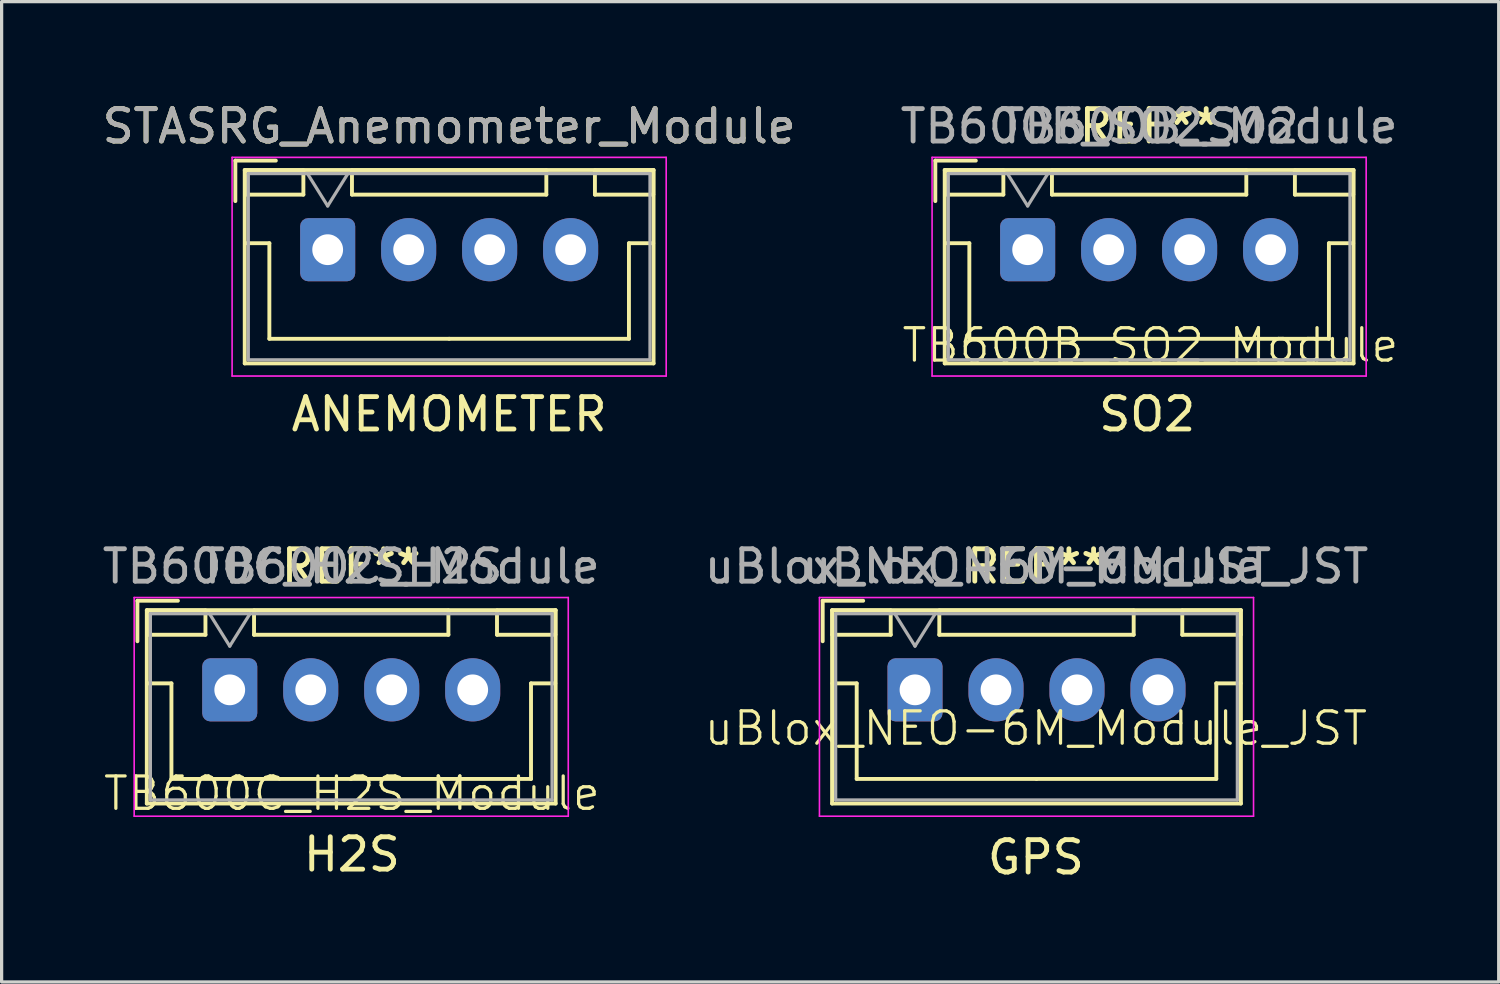
<source format=kicad_pcb>
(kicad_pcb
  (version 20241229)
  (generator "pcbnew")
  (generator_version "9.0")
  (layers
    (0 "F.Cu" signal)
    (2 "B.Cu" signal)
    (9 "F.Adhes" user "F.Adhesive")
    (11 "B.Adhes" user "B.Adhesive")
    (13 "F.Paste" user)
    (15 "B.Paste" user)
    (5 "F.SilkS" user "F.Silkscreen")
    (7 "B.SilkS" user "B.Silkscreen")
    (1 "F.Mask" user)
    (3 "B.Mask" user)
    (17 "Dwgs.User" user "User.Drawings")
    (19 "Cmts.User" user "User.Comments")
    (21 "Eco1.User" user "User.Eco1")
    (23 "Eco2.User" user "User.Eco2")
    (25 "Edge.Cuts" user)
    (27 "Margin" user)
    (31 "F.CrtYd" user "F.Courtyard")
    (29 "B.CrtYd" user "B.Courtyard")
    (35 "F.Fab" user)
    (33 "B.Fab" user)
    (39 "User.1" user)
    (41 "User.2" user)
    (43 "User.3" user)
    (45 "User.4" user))
  (footprint "uBlox_NEO-6M_Module_JST"
    (layer "F.Cu")
    (at 28.926 18.335)
    (property "Reference" "uBlox_NEO-6M_Module_JST" (at 0 1.1 0) (unlocked yes) (layer "F.SilkS") (effects (font (size 1 1) (thickness 0.1))))
    (attr smd)
    (fp_line (start -6.58 -2.84) (end -6.58 -1.59) (stroke (width 0.12) (type solid)) (layer "F.SilkS"))
    (fp_line (start -6.29 -2.55) (end -6.29 3.42) (stroke (width 0.12) (type solid)) (layer "F.SilkS"))
    (fp_line (start -6.29 3.42) (end 6.33 3.42) (stroke (width 0.12) (type solid)) (layer "F.SilkS"))
    (fp_line (start -6.28 -2.54) (end -6.28 -1.79) (stroke (width 0.12) (type solid)) (layer "F.SilkS"))
    (fp_line (start -6.28 -1.79) (end -4.48 -1.79) (stroke (width 0.12) (type solid)) (layer "F.SilkS"))
    (fp_line (start -6.28 -0.29) (end -5.53 -0.29) (stroke (width 0.12) (type solid)) (layer "F.SilkS"))
    (fp_line (start -5.53 -0.29) (end -5.53 2.66) (stroke (width 0.12) (type solid)) (layer "F.SilkS"))
    (fp_line (start -5.53 2.66) (end 0.02 2.66) (stroke (width 0.12) (type solid)) (layer "F.SilkS"))
    (fp_line (start -5.33 -2.84) (end -6.58 -2.84) (stroke (width 0.12) (type solid)) (layer "F.SilkS"))
    (fp_line (start -4.48 -2.54) (end -6.28 -2.54) (stroke (width 0.12) (type solid)) (layer "F.SilkS"))
    (fp_line (start -4.48 -1.79) (end -4.48 -2.54) (stroke (width 0.12) (type solid)) (layer "F.SilkS"))
    (fp_line (start -2.98 -2.54) (end -2.98 -1.79) (stroke (width 0.12) (type solid)) (layer "F.SilkS"))
    (fp_line (start -2.98 -1.79) (end 3.02 -1.79) (stroke (width 0.12) (type solid)) (layer "F.SilkS"))
    (fp_line (start 3.02 -2.54) (end -2.98 -2.54) (stroke (width 0.12) (type solid)) (layer "F.SilkS"))
    (fp_line (start 3.02 -1.79) (end 3.02 -2.54) (stroke (width 0.12) (type solid)) (layer "F.SilkS"))
    (fp_line (start 4.52 -2.54) (end 4.52 -1.79) (stroke (width 0.12) (type solid)) (layer "F.SilkS"))
    (fp_line (start 4.52 -1.79) (end 6.32 -1.79) (stroke (width 0.12) (type solid)) (layer "F.SilkS"))
    (fp_line (start 5.57 -0.29) (end 5.57 2.66) (stroke (width 0.12) (type solid)) (layer "F.SilkS"))
    (fp_line (start 5.57 2.66) (end 0.02 2.66) (stroke (width 0.12) (type solid)) (layer "F.SilkS"))
    (fp_line (start 6.32 -2.54) (end 4.52 -2.54) (stroke (width 0.12) (type solid)) (layer "F.SilkS"))
    (fp_line (start 6.32 -1.79) (end 6.32 -2.54) (stroke (width 0.12) (type solid)) (layer "F.SilkS"))
    (fp_line (start 6.32 -0.29) (end 5.57 -0.29) (stroke (width 0.12) (type solid)) (layer "F.SilkS"))
    (fp_line (start 6.33 -2.55) (end -6.29 -2.55) (stroke (width 0.12) (type solid)) (layer "F.SilkS"))
    (fp_line (start 6.33 3.42) (end 6.33 -2.55) (stroke (width 0.12) (type solid)) (layer "F.SilkS"))
    (fp_line (start -6.68 -2.94) (end -6.68 3.81) (stroke (width 0.05) (type solid)) (layer "F.CrtYd"))
    (fp_line (start -6.68 3.81) (end 6.72 3.81) (stroke (width 0.05) (type solid)) (layer "F.CrtYd"))
    (fp_line (start 6.72 -2.94) (end -6.68 -2.94) (stroke (width 0.05) (type solid)) (layer "F.CrtYd"))
    (fp_line (start 6.72 3.81) (end 6.72 -2.94) (stroke (width 0.05) (type solid)) (layer "F.CrtYd"))
    (fp_line (start -6.18 -2.44) (end -6.18 3.31) (stroke (width 0.1) (type solid)) (layer "F.Fab"))
    (fp_line (start -6.18 3.31) (end 6.22 3.31) (stroke (width 0.1) (type solid)) (layer "F.Fab"))
    (fp_line (start -4.355 -2.44) (end -3.73 -1.44) (stroke (width 0.1) (type solid)) (layer "F.Fab"))
    (fp_line (start -3.73 -1.44) (end -3.105 -2.44) (stroke (width 0.1) (type solid)) (layer "F.Fab"))
    (fp_line (start 6.22 -2.44) (end -6.18 -2.44) (stroke (width 0.1) (type solid)) (layer "F.Fab"))
    (fp_line (start 6.22 3.31) (end 6.22 -2.44) (stroke (width 0.1) (type solid)) (layer "F.Fab"))
    (fp_text user "REF**" (at 0.02 -3.9 0) (unlocked yes) (layer "F.SilkS") (effects (font (size 1 1) (thickness 0.15))))
    (fp_text user "GPS" (at 0 5.08 0) (unlocked yes) (layer "F.SilkS") (effects (font (size 1 1) (thickness 0.15))))
    (fp_text user "uBlox_NEO-6M_JST" (at 0.02 -3.9 0) (unlocked yes) (layer "F.Fab") (effects (font (size 1 1) (thickness 0.15))))
    (fp_text user "${REFERENCE}" (at 0.02 -3.9 0) (unlocked yes) (layer "F.Fab") (effects (font (size 1 1) (thickness 0.15))))
    (pad "1" thru_hole roundrect (at -3.73 -0.09) (size 1.7 1.95) (drill 0.95) (layers "*.Cu" "*.Mask") (roundrect_rratio 0.147))
    (pad "2" thru_hole oval (at -1.23 -0.09) (size 1.7 1.95) (drill 0.95) (layers "*.Cu" "*.Mask"))
    (pad "3" thru_hole oval (at 1.27 -0.09) (size 1.7 1.95) (drill 0.95) (layers "*.Cu" "*.Mask"))
    (pad "4" thru_hole oval (at 3.77 -0.09) (size 1.7 1.95) (drill 0.95) (layers "*.Cu" "*.Mask")))
  (footprint "TB600B_SO2_Module"
    (layer "F.Cu")
    (at 32.363 4.658)
    (property "Reference" "TB600B_SO2_Module" (at 0.1 2.95 0) (unlocked yes) (layer "F.SilkS") (effects (font (size 1 1) (thickness 0.1))))
    (attr smd)
    (fp_line (start -6.54 -2.75) (end -6.54 -1.5) (stroke (width 0.12) (type solid)) (layer "F.SilkS"))
    (fp_line (start -6.25 -2.46) (end -6.25 3.51) (stroke (width 0.12) (type solid)) (layer "F.SilkS"))
    (fp_line (start -6.25 3.51) (end 6.37 3.51) (stroke (width 0.12) (type solid)) (layer "F.SilkS"))
    (fp_line (start -6.24 -2.45) (end -6.24 -1.7) (stroke (width 0.12) (type solid)) (layer "F.SilkS"))
    (fp_line (start -6.24 -1.7) (end -4.44 -1.7) (stroke (width 0.12) (type solid)) (layer "F.SilkS"))
    (fp_line (start -6.24 -0.2) (end -5.49 -0.2) (stroke (width 0.12) (type solid)) (layer "F.SilkS"))
    (fp_line (start -5.49 -0.2) (end -5.49 2.75) (stroke (width 0.12) (type solid)) (layer "F.SilkS"))
    (fp_line (start -5.49 2.75) (end 0.06 2.75) (stroke (width 0.12) (type solid)) (layer "F.SilkS"))
    (fp_line (start -5.29 -2.75) (end -6.54 -2.75) (stroke (width 0.12) (type solid)) (layer "F.SilkS"))
    (fp_line (start -4.44 -2.45) (end -6.24 -2.45) (stroke (width 0.12) (type solid)) (layer "F.SilkS"))
    (fp_line (start -4.44 -1.7) (end -4.44 -2.45) (stroke (width 0.12) (type solid)) (layer "F.SilkS"))
    (fp_line (start -2.94 -2.45) (end -2.94 -1.7) (stroke (width 0.12) (type solid)) (layer "F.SilkS"))
    (fp_line (start -2.94 -1.7) (end 3.06 -1.7) (stroke (width 0.12) (type solid)) (layer "F.SilkS"))
    (fp_line (start 3.06 -2.45) (end -2.94 -2.45) (stroke (width 0.12) (type solid)) (layer "F.SilkS"))
    (fp_line (start 3.06 -1.7) (end 3.06 -2.45) (stroke (width 0.12) (type solid)) (layer "F.SilkS"))
    (fp_line (start 4.56 -2.45) (end 4.56 -1.7) (stroke (width 0.12) (type solid)) (layer "F.SilkS"))
    (fp_line (start 4.56 -1.7) (end 6.36 -1.7) (stroke (width 0.12) (type solid)) (layer "F.SilkS"))
    (fp_line (start 5.61 -0.2) (end 5.61 2.75) (stroke (width 0.12) (type solid)) (layer "F.SilkS"))
    (fp_line (start 5.61 2.75) (end 0.06 2.75) (stroke (width 0.12) (type solid)) (layer "F.SilkS"))
    (fp_line (start 6.36 -2.45) (end 4.56 -2.45) (stroke (width 0.12) (type solid)) (layer "F.SilkS"))
    (fp_line (start 6.36 -1.7) (end 6.36 -2.45) (stroke (width 0.12) (type solid)) (layer "F.SilkS"))
    (fp_line (start 6.36 -0.2) (end 5.61 -0.2) (stroke (width 0.12) (type solid)) (layer "F.SilkS"))
    (fp_line (start 6.37 -2.46) (end -6.25 -2.46) (stroke (width 0.12) (type solid)) (layer "F.SilkS"))
    (fp_line (start 6.37 3.51) (end 6.37 -2.46) (stroke (width 0.12) (type solid)) (layer "F.SilkS"))
    (fp_line (start -6.64 -2.85) (end -6.64 3.9) (stroke (width 0.05) (type solid)) (layer "F.CrtYd"))
    (fp_line (start -6.64 3.9) (end 6.76 3.9) (stroke (width 0.05) (type solid)) (layer "F.CrtYd"))
    (fp_line (start 6.76 -2.85) (end -6.64 -2.85) (stroke (width 0.05) (type solid)) (layer "F.CrtYd"))
    (fp_line (start 6.76 3.9) (end 6.76 -2.85) (stroke (width 0.05) (type solid)) (layer "F.CrtYd"))
    (fp_line (start -6.14 -2.35) (end -6.14 3.4) (stroke (width 0.1) (type solid)) (layer "F.Fab"))
    (fp_line (start -6.14 3.4) (end 6.26 3.4) (stroke (width 0.1) (type solid)) (layer "F.Fab"))
    (fp_line (start -4.315 -2.35) (end -3.69 -1.35) (stroke (width 0.1) (type solid)) (layer "F.Fab"))
    (fp_line (start -3.69 -1.35) (end -3.065 -2.35) (stroke (width 0.1) (type solid)) (layer "F.Fab"))
    (fp_line (start 6.26 -2.35) (end -6.14 -2.35) (stroke (width 0.1) (type solid)) (layer "F.Fab"))
    (fp_line (start 6.26 3.4) (end 6.26 -2.35) (stroke (width 0.1) (type solid)) (layer "F.Fab"))
    (fp_text user "REF**" (at 0.06 -3.81 0) (unlocked yes) (layer "F.SilkS") (effects (font (size 1 1) (thickness 0.15))))
    (fp_text user "SO2" (at 0 5.08 0) (unlocked yes) (layer "F.SilkS") (effects (font (size 1 1) (thickness 0.15))))
    (fp_text user "TB600B_S02" (at 0.06 -3.81 0) (unlocked yes) (layer "F.Fab") (effects (font (size 1 1) (thickness 0.15))))
    (fp_text user "${REFERENCE}" (at 0.06 -3.81 0) (unlocked yes) (layer "F.Fab") (effects (font (size 1 1) (thickness 0.15))))
    (pad "1" thru_hole roundrect (at -3.69 0) (size 1.7 1.95) (drill 0.95) (layers "*.Cu" "*.Mask") (roundrect_rratio 0.147))
    (pad "2" thru_hole oval (at -1.19 0) (size 1.7 1.95) (drill 0.95) (layers "*.Cu" "*.Mask"))
    (pad "3" thru_hole oval (at 1.31 0) (size 1.7 1.95) (drill 0.95) (layers "*.Cu" "*.Mask"))
    (pad "4" thru_hole oval (at 3.81 0) (size 1.7 1.95) (drill 0.95) (layers "*.Cu" "*.Mask")))
  (footprint "STASRG_Anemometer_Module"
    (layer "F.Cu")
    (at 10.815 4.658)
    (property "Reference" "STASRG_Anemometer_Module" (at 0 -3.81 0) (unlocked yes) (layer "F.SilkS") (effects (font (size 1 1) (thickness 0.15))))
    (attr smd)
    (fp_line (start -6.6 -2.75) (end -6.6 -1.5) (stroke (width 0.12) (type solid)) (layer "F.SilkS"))
    (fp_line (start -6.31 -2.46) (end -6.31 3.51) (stroke (width 0.12) (type solid)) (layer "F.SilkS"))
    (fp_line (start -6.31 3.51) (end 6.31 3.51) (stroke (width 0.12) (type solid)) (layer "F.SilkS"))
    (fp_line (start -6.3 -2.45) (end -6.3 -1.7) (stroke (width 0.12) (type solid)) (layer "F.SilkS"))
    (fp_line (start -6.3 -1.7) (end -4.5 -1.7) (stroke (width 0.12) (type solid)) (layer "F.SilkS"))
    (fp_line (start -6.3 -0.2) (end -5.55 -0.2) (stroke (width 0.12) (type solid)) (layer "F.SilkS"))
    (fp_line (start -5.55 -0.2) (end -5.55 2.75) (stroke (width 0.12) (type solid)) (layer "F.SilkS"))
    (fp_line (start -5.55 2.75) (end 0 2.75) (stroke (width 0.12) (type solid)) (layer "F.SilkS"))
    (fp_line (start -5.35 -2.75) (end -6.6 -2.75) (stroke (width 0.12) (type solid)) (layer "F.SilkS"))
    (fp_line (start -4.5 -2.45) (end -6.3 -2.45) (stroke (width 0.12) (type solid)) (layer "F.SilkS"))
    (fp_line (start -4.5 -1.7) (end -4.5 -2.45) (stroke (width 0.12) (type solid)) (layer "F.SilkS"))
    (fp_line (start -3 -2.45) (end -3 -1.7) (stroke (width 0.12) (type solid)) (layer "F.SilkS"))
    (fp_line (start -3 -1.7) (end 3 -1.7) (stroke (width 0.12) (type solid)) (layer "F.SilkS"))
    (fp_line (start 3 -2.45) (end -3 -2.45) (stroke (width 0.12) (type solid)) (layer "F.SilkS"))
    (fp_line (start 3 -1.7) (end 3 -2.45) (stroke (width 0.12) (type solid)) (layer "F.SilkS"))
    (fp_line (start 4.5 -2.45) (end 4.5 -1.7) (stroke (width 0.12) (type solid)) (layer "F.SilkS"))
    (fp_line (start 4.5 -1.7) (end 6.3 -1.7) (stroke (width 0.12) (type solid)) (layer "F.SilkS"))
    (fp_line (start 5.55 -0.2) (end 5.55 2.75) (stroke (width 0.12) (type solid)) (layer "F.SilkS"))
    (fp_line (start 5.55 2.75) (end 0 2.75) (stroke (width 0.12) (type solid)) (layer "F.SilkS"))
    (fp_line (start 6.3 -2.45) (end 4.5 -2.45) (stroke (width 0.12) (type solid)) (layer "F.SilkS"))
    (fp_line (start 6.3 -1.7) (end 6.3 -2.45) (stroke (width 0.12) (type solid)) (layer "F.SilkS"))
    (fp_line (start 6.3 -0.2) (end 5.55 -0.2) (stroke (width 0.12) (type solid)) (layer "F.SilkS"))
    (fp_line (start 6.31 -2.46) (end -6.31 -2.46) (stroke (width 0.12) (type solid)) (layer "F.SilkS"))
    (fp_line (start 6.31 3.51) (end 6.31 -2.46) (stroke (width 0.12) (type solid)) (layer "F.SilkS"))
    (fp_line (start -6.7 -2.85) (end -6.7 3.9) (stroke (width 0.05) (type solid)) (layer "F.CrtYd"))
    (fp_line (start 6.7 -2.85) (end -6.7 -2.85) (stroke (width 0.05) (type solid)) (layer "F.CrtYd"))
    (fp_line (start 6.7 3.9) (end -6.7 3.9) (stroke (width 0.05) (type default)) (layer "F.CrtYd"))
    (fp_line (start 6.7 3.9) (end 6.7 -2.85) (stroke (width 0.05) (type solid)) (layer "F.CrtYd"))
    (fp_line (start -6.2 -2.35) (end -6.2 3.4) (stroke (width 0.1) (type solid)) (layer "F.Fab"))
    (fp_line (start -6.2 3.4) (end 6.2 3.4) (stroke (width 0.1) (type solid)) (layer "F.Fab"))
    (fp_line (start -4.375 -2.35) (end -3.75 -1.35) (stroke (width 0.1) (type solid)) (layer "F.Fab"))
    (fp_line (start -3.75 -1.35) (end -3.125 -2.35) (stroke (width 0.1) (type solid)) (layer "F.Fab"))
    (fp_line (start 6.2 -2.35) (end -6.2 -2.35) (stroke (width 0.1) (type solid)) (layer "F.Fab"))
    (fp_line (start 6.2 3.4) (end 6.2 -2.35) (stroke (width 0.1) (type solid)) (layer "F.Fab"))
    (fp_text user "ANEMOMETER" (at 0 5.08 0) (unlocked yes) (layer "F.SilkS") (effects (font (size 1 1) (thickness 0.15))))
    (fp_text user "${REFERENCE}" (at 0 -3.81 0) (unlocked yes) (layer "F.Fab") (effects (font (size 1 1) (thickness 0.15))))
    (pad "1" thru_hole roundrect (at -3.75 0) (size 1.7 1.95) (drill 0.95) (layers "*.Cu" "*.Mask") (roundrect_rratio 0.147))
    (pad "2" thru_hole oval (at -1.25 0) (size 1.7 1.95) (drill 0.95) (layers "*.Cu" "*.Mask"))
    (pad "3" thru_hole oval (at 1.25 0) (size 1.7 1.95) (drill 0.95) (layers "*.Cu" "*.Mask"))
    (pad "4" thru_hole oval (at 3.75 0) (size 1.7 1.95) (drill 0.95) (layers "*.Cu" "*.Mask")))
  (footprint "TB600C_H2S_Module"
    (layer "F.Cu")
    (at 7.812 18.245)
    (property "Reference" "TB600C_H2S_Module" (at 0 3.2 0) (unlocked yes) (layer "F.SilkS") (effects (font (size 1 1) (thickness 0.1))))
    (attr smd)
    (fp_line (start -6.62 -2.75) (end -6.62 -1.5) (stroke (width 0.12) (type solid)) (layer "F.SilkS"))
    (fp_line (start -6.33 -2.46) (end -6.33 3.51) (stroke (width 0.12) (type solid)) (layer "F.SilkS"))
    (fp_line (start -6.33 3.51) (end 6.29 3.51) (stroke (width 0.12) (type solid)) (layer "F.SilkS"))
    (fp_line (start -6.32 -2.45) (end -6.32 -1.7) (stroke (width 0.12) (type solid)) (layer "F.SilkS"))
    (fp_line (start -6.32 -1.7) (end -4.52 -1.7) (stroke (width 0.12) (type solid)) (layer "F.SilkS"))
    (fp_line (start -6.32 -0.2) (end -5.57 -0.2) (stroke (width 0.12) (type solid)) (layer "F.SilkS"))
    (fp_line (start -5.57 -0.2) (end -5.57 2.75) (stroke (width 0.12) (type solid)) (layer "F.SilkS"))
    (fp_line (start -5.57 2.75) (end -0.02 2.75) (stroke (width 0.12) (type solid)) (layer "F.SilkS"))
    (fp_line (start -5.37 -2.75) (end -6.62 -2.75) (stroke (width 0.12) (type solid)) (layer "F.SilkS"))
    (fp_line (start -4.52 -2.45) (end -6.32 -2.45) (stroke (width 0.12) (type solid)) (layer "F.SilkS"))
    (fp_line (start -4.52 -1.7) (end -4.52 -2.45) (stroke (width 0.12) (type solid)) (layer "F.SilkS"))
    (fp_line (start -3.02 -2.45) (end -3.02 -1.7) (stroke (width 0.12) (type solid)) (layer "F.SilkS"))
    (fp_line (start -3.02 -1.7) (end 2.98 -1.7) (stroke (width 0.12) (type solid)) (layer "F.SilkS"))
    (fp_line (start 2.98 -2.45) (end -3.02 -2.45) (stroke (width 0.12) (type solid)) (layer "F.SilkS"))
    (fp_line (start 2.98 -1.7) (end 2.98 -2.45) (stroke (width 0.12) (type solid)) (layer "F.SilkS"))
    (fp_line (start 4.48 -2.45) (end 4.48 -1.7) (stroke (width 0.12) (type solid)) (layer "F.SilkS"))
    (fp_line (start 4.48 -1.7) (end 6.28 -1.7) (stroke (width 0.12) (type solid)) (layer "F.SilkS"))
    (fp_line (start 5.53 -0.2) (end 5.53 2.75) (stroke (width 0.12) (type solid)) (layer "F.SilkS"))
    (fp_line (start 5.53 2.75) (end -0.02 2.75) (stroke (width 0.12) (type solid)) (layer "F.SilkS"))
    (fp_line (start 6.28 -2.45) (end 4.48 -2.45) (stroke (width 0.12) (type solid)) (layer "F.SilkS"))
    (fp_line (start 6.28 -1.7) (end 6.28 -2.45) (stroke (width 0.12) (type solid)) (layer "F.SilkS"))
    (fp_line (start 6.28 -0.2) (end 5.53 -0.2) (stroke (width 0.12) (type solid)) (layer "F.SilkS"))
    (fp_line (start 6.29 -2.46) (end -6.33 -2.46) (stroke (width 0.12) (type solid)) (layer "F.SilkS"))
    (fp_line (start 6.29 3.51) (end 6.29 -2.46) (stroke (width 0.12) (type solid)) (layer "F.SilkS"))
    (fp_line (start -6.72 -2.85) (end -6.72 3.9) (stroke (width 0.05) (type solid)) (layer "F.CrtYd"))
    (fp_line (start 6.68 -2.85) (end -6.72 -2.85) (stroke (width 0.05) (type solid)) (layer "F.CrtYd"))
    (fp_line (start 6.68 3.9) (end -6.72 3.9) (stroke (width 0.05) (type default)) (layer "F.CrtYd"))
    (fp_line (start 6.68 3.9) (end 6.68 -2.85) (stroke (width 0.05) (type solid)) (layer "F.CrtYd"))
    (fp_line (start -6.22 -2.35) (end -6.22 3.4) (stroke (width 0.1) (type solid)) (layer "F.Fab"))
    (fp_line (start -6.22 3.4) (end 6.18 3.4) (stroke (width 0.1) (type solid)) (layer "F.Fab"))
    (fp_line (start -4.395 -2.35) (end -3.77 -1.35) (stroke (width 0.1) (type solid)) (layer "F.Fab"))
    (fp_line (start -3.77 -1.35) (end -3.145 -2.35) (stroke (width 0.1) (type solid)) (layer "F.Fab"))
    (fp_line (start 6.18 -2.35) (end -6.22 -2.35) (stroke (width 0.1) (type solid)) (layer "F.Fab"))
    (fp_line (start 6.18 3.4) (end 6.18 -2.35) (stroke (width 0.1) (type solid)) (layer "F.Fab"))
    (fp_text user "H2S" (at 0 5.08 0) (unlocked yes) (layer "F.SilkS") (effects (font (size 1 1) (thickness 0.15))))
    (fp_text user "REF**" (at -0.02 -3.81 0) (unlocked yes) (layer "F.SilkS") (effects (font (size 1 1) (thickness 0.15))))
    (fp_text user "TB600C_H2S" (at -0.02 -3.81 0) (unlocked yes) (layer "F.Fab") (effects (font (size 1 1) (thickness 0.15))))
    (fp_text user "${REFERENCE}" (at -0.02 -3.81 0) (unlocked yes) (layer "F.Fab") (effects (font (size 1 1) (thickness 0.15))))
    (pad "1" thru_hole roundrect (at -3.77 0) (size 1.7 1.95) (drill 0.95) (layers "*.Cu" "*.Mask") (roundrect_rratio 0.147))
    (pad "2" thru_hole oval (at -1.27 0) (size 1.7 1.95) (drill 0.95) (layers "*.Cu" "*.Mask"))
    (pad "3" thru_hole oval (at 1.23 0) (size 1.7 1.95) (drill 0.95) (layers "*.Cu" "*.Mask"))
    (pad "4" thru_hole oval (at 3.73 0) (size 1.7 1.95) (drill 0.95) (layers "*.Cu" "*.Mask")))
  (gr_rect
    (start -3 -3)
    (end 43.214 27.263)
    (stroke (width 0.1) (type default))
    (fill no)
    (layer "Edge.Cuts")))
</source>
